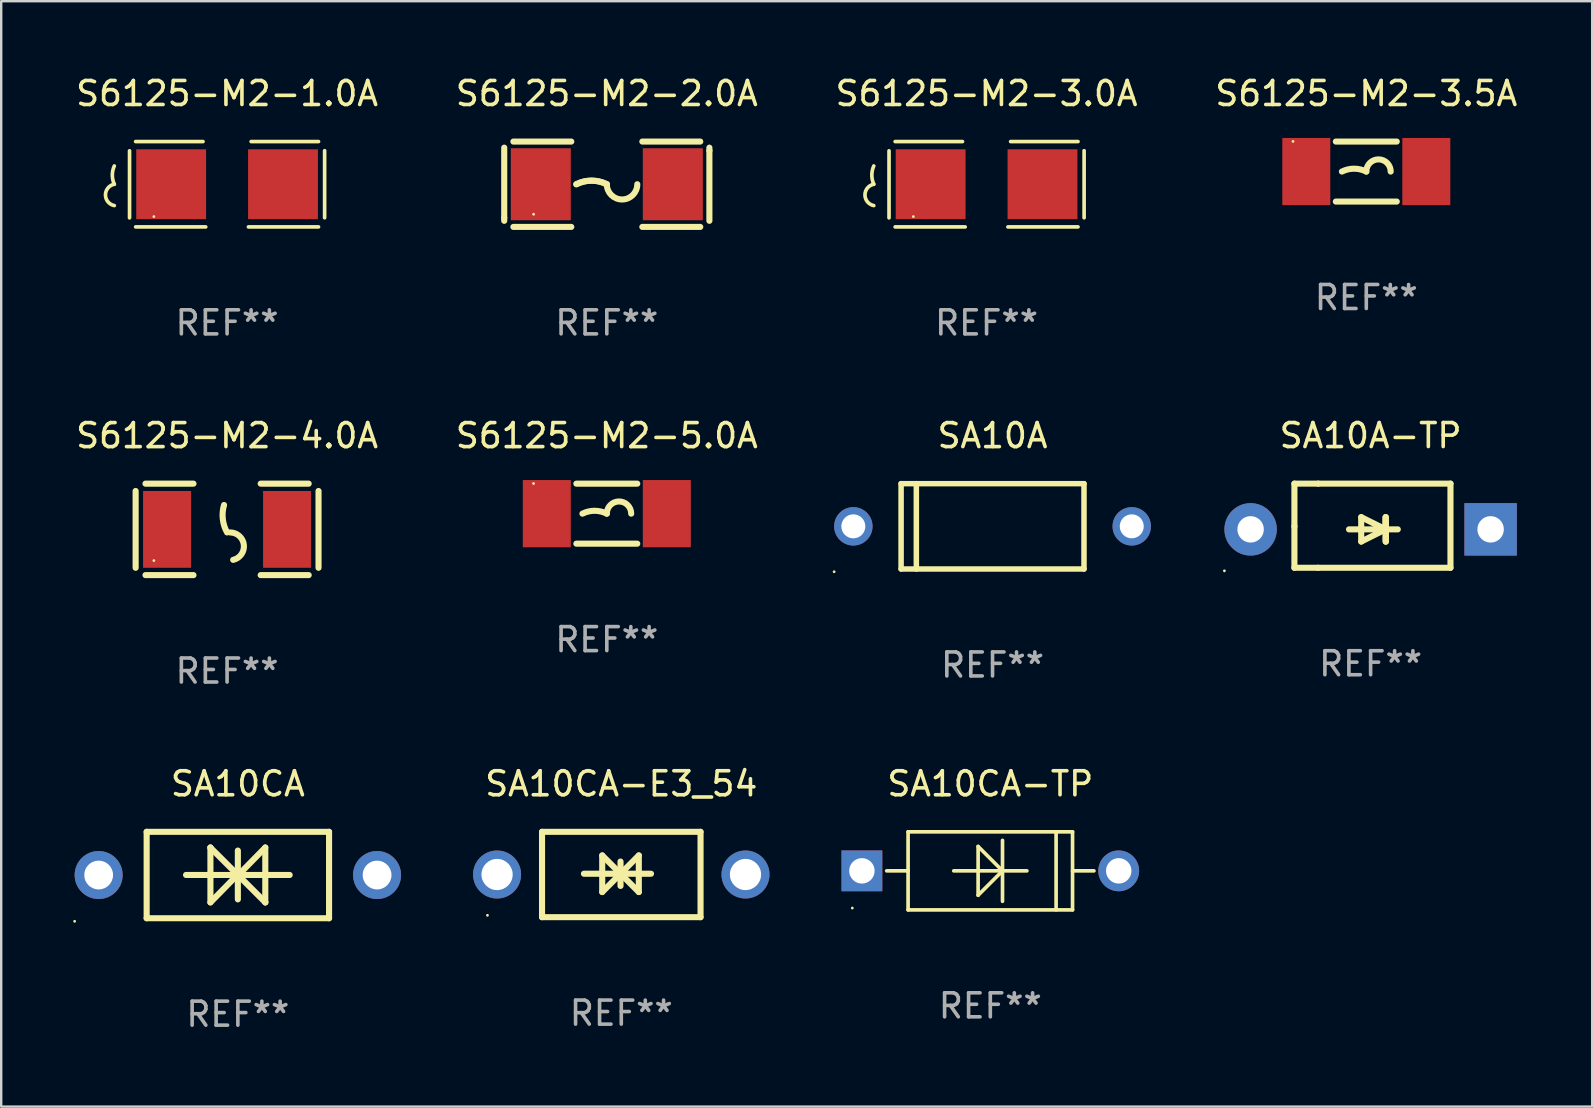
<source format=kicad_pcb>
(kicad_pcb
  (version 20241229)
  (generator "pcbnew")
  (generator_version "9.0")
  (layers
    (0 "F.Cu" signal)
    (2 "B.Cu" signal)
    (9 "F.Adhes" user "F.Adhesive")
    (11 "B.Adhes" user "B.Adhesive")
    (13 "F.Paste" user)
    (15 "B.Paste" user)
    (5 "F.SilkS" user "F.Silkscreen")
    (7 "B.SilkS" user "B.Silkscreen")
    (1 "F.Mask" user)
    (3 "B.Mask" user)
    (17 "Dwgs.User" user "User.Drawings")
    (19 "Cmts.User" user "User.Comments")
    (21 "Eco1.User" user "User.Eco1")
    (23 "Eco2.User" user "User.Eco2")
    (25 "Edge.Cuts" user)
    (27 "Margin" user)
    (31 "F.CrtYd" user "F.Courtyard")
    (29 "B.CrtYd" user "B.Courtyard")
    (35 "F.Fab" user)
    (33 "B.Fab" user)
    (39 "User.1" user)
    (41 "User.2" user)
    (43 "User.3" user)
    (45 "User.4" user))
  (footprint "S6125-M2-4.0A"
    (layer "F.Cu")
    (at 6.411 19.006)
    (property "Reference" "S6125-M2-4.0A" (at 0 -3.905 0) (layer "F.SilkS") (effects (font (size 1 1) (thickness 0.15))))
    (attr through_hole)
    (fp_line (start -3.81 -1.6) (end -3.81 1.6) (stroke (width 0.254) (type solid)) (layer "F.SilkS"))
    (fp_line (start -3.4 -1.905) (end -1.4 -1.905) (stroke (width 0.254) (type solid)) (layer "F.SilkS"))
    (fp_line (start -3.4 1.905) (end -1.4 1.905) (stroke (width 0.254) (type solid)) (layer "F.SilkS"))
    (fp_line (start 1.4 -1.905) (end 3.4 -1.905) (stroke (width 0.254) (type solid)) (layer "F.SilkS"))
    (fp_line (start 1.4 1.905) (end 3.4 1.905) (stroke (width 0.254) (type solid)) (layer "F.SilkS"))
    (fp_line (start 3.81 -1.6) (end 3.81 1.6) (stroke (width 0.254) (type solid)) (layer "F.SilkS"))
    (fp_arc (start 0 0.127) (mid -0.178599 -0.431712) (end -0.127 -1.016002) (stroke (width 0.254001) (type solid)) (layer "F.SilkS"))
    (fp_arc (start 0.126999 0.127) (mid 0.698883 0.642014) (end 0.254001 1.270003) (stroke (width 0.254001) (type solid)) (layer "F.SilkS"))
    (fp_circle (center -3.05 1.3) (end -3.02 1.3) (stroke (width 0.06) (type solid)) (fill no) (layer "F.SilkS"))
    (fp_text user "REF**" (at 0 5.905 0) (layer "F.Fab") (effects (font (size 1 1) (thickness 0.15))))
    (pad "1" smd rect (at -2.5 0) (size 2 3.2) (layers "F.Cu" "F.Mask" "F.Paste"))
    (pad "2" smd rect (at 2.5 0) (size 2 3.2) (layers "F.Cu" "F.Mask" "F.Paste")))
  (footprint "S6125-M2-1.0A"
    (layer "F.Cu")
    (at 6.411 4.626)
    (property "Reference" "S6125-M2-1.0A" (at 0 -3.778 0) (layer "F.SilkS") (effects (font (size 1 1) (thickness 0.15))))
    (attr through_hole)
    (fp_line (start -4.064 -1.393) (end -4.064 1.401) (stroke (width 0.152) (type solid)) (layer "F.SilkS"))
    (fp_line (start -3.81 -1.778) (end -1.002 -1.778) (stroke (width 0.152) (type solid)) (layer "F.SilkS"))
    (fp_line (start -0.889 1.778) (end -3.81 1.778) (stroke (width 0.152) (type solid)) (layer "F.SilkS"))
    (fp_line (start 0.889 1.778) (end 3.81 1.778) (stroke (width 0.152) (type solid)) (layer "F.SilkS"))
    (fp_line (start 3.81 -1.778) (end 1.002 -1.778) (stroke (width 0.152) (type solid)) (layer "F.SilkS"))
    (fp_line (start 4.064 -1.397) (end 4.064 1.397) (stroke (width 0.152) (type solid)) (layer "F.SilkS"))
    (fp_arc (start -4.699009 0) (mid -4.780645 -0.381001) (end -4.699009 -0.762002) (stroke (width 0.151994) (type solid)) (layer "F.SilkS"))
    (fp_arc (start -4.699009 0.889002) (mid -5.066697 0.444501) (end -4.699009 0) (stroke (width 0.151994) (type solid)) (layer "F.SilkS"))
    (fp_circle (center -3.05 1.347) (end -3.02 1.347) (stroke (width 0.06) (type solid)) (fill no) (layer "F.SilkS"))
    (fp_text user "REF**" (at 0 5.778 0) (layer "F.Fab") (effects (font (size 1 1) (thickness 0.15))))
    (pad "1" smd rect (at -2.33 0) (size 2.91 2.911) (layers "F.Cu" "F.Mask" "F.Paste"))
    (pad "2" smd rect (at 2.33 0) (size 2.91 2.911) (layers "F.Cu" "F.Mask" "F.Paste")))
  (footprint "S6125-M2-5.0A"
    (layer "F.Cu")
    (at 22.232 18.351)
    (property "Reference" "S6125-M2-5.0A" (at 0 -3.25 0) (layer "F.SilkS") (effects (font (size 1 1) (thickness 0.15))))
    (attr through_hole)
    (fp_line (start -1.269 -1.25) (end 1.269 -1.25) (stroke (width 0.254) (type solid)) (layer "F.SilkS"))
    (fp_line (start -1.269 1.25) (end 1.269 1.25) (stroke (width 0.254) (type solid)) (layer "F.SilkS"))
    (fp_arc (start -1.016002 0) (mid -0.508001 -0.119923) (end 0 0) (stroke (width 0.254001) (type solid)) (layer "F.SilkS"))
    (fp_arc (start 0 0) (mid 0.508001 -0.508001) (end 1.016002 0) (stroke (width 0.254001) (type solid)) (layer "F.SilkS"))
    (fp_circle (center -3.053 -1.256) (end -3.023 -1.256) (stroke (width 0.06) (type solid)) (fill no) (layer "F.SilkS"))
    (fp_text user "REF**" (at 0 5.25 0) (layer "F.Fab") (effects (font (size 1 1) (thickness 0.15))))
    (pad "1" smd rect (at -2.5 0) (size 2 2.8) (layers "F.Cu" "F.Mask" "F.Paste"))
    (pad "2" smd rect (at 2.5 0) (size 2 2.8) (layers "F.Cu" "F.Mask" "F.Paste")))
  (footprint "SA10A"
    (layer "F.Cu")
    (at 38.303 18.879)
    (property "Reference" "SA10A" (at 0 -3.778 0) (layer "F.SilkS") (effects (font (size 1 1) (thickness 0.15))))
    (attr through_hole)
    (fp_line (start -3.81 -1.778) (end 3.81 -1.778) (stroke (width 0.229) (type solid)) (layer "F.SilkS"))
    (fp_line (start -3.81 1.778) (end -3.81 -1.778) (stroke (width 0.229) (type solid)) (layer "F.SilkS"))
    (fp_line (start -3.175 1.778) (end -3.175 -1.778) (stroke (width 0.229) (type solid)) (layer "F.SilkS"))
    (fp_line (start 3.81 -1.778) (end 3.81 1.778) (stroke (width 0.229) (type solid)) (layer "F.SilkS"))
    (fp_line (start 3.81 1.778) (end -3.81 1.778) (stroke (width 0.229) (type solid)) (layer "F.SilkS"))
    (fp_circle (center -6.6 1.892) (end -6.57 1.892) (stroke (width 0.06) (type solid)) (fill no) (layer "F.SilkS"))
    (fp_text user "REF**" (at 0 5.778 0) (layer "F.Fab") (effects (font (size 1 1) (thickness 0.15))))
    (pad "1" thru_hole circle (at -5.8 0) (size 1.6 1.6) (drill 1) (layers "*.Cu" "*.Mask"))
    (pad "2" thru_hole circle (at 5.8 0) (size 1.6 1.6) (drill 1) (layers "*.Cu" "*.Mask")))
  (footprint "S6125-M2-3.0A"
    (layer "F.Cu")
    (at 38.054 4.626)
    (property "Reference" "S6125-M2-3.0A" (at 0 -3.778 0) (layer "F.SilkS") (effects (font (size 1 1) (thickness 0.15))))
    (attr through_hole)
    (fp_line (start -4.064 -1.393) (end -4.064 1.401) (stroke (width 0.152) (type solid)) (layer "F.SilkS"))
    (fp_line (start -3.81 -1.778) (end -1.002 -1.778) (stroke (width 0.152) (type solid)) (layer "F.SilkS"))
    (fp_line (start -0.889 1.778) (end -3.81 1.778) (stroke (width 0.152) (type solid)) (layer "F.SilkS"))
    (fp_line (start 0.889 1.778) (end 3.81 1.778) (stroke (width 0.152) (type solid)) (layer "F.SilkS"))
    (fp_line (start 3.81 -1.778) (end 1.002 -1.778) (stroke (width 0.152) (type solid)) (layer "F.SilkS"))
    (fp_line (start 4.064 -1.397) (end 4.064 1.397) (stroke (width 0.152) (type solid)) (layer "F.SilkS"))
    (fp_arc (start -4.699009 0) (mid -4.780645 -0.381001) (end -4.699009 -0.762002) (stroke (width 0.151994) (type solid)) (layer "F.SilkS"))
    (fp_arc (start -4.699009 0.889002) (mid -5.066697 0.444501) (end -4.699009 0) (stroke (width 0.151994) (type solid)) (layer "F.SilkS"))
    (fp_circle (center -3.05 1.347) (end -3.02 1.347) (stroke (width 0.06) (type solid)) (fill no) (layer "F.SilkS"))
    (fp_text user "REF**" (at 0 5.778 0) (layer "F.Fab") (effects (font (size 1 1) (thickness 0.15))))
    (pad "1" smd rect (at -2.33 0) (size 2.91 2.911) (layers "F.Cu" "F.Mask" "F.Paste"))
    (pad "2" smd rect (at 2.33 0) (size 2.91 2.911) (layers "F.Cu" "F.Mask" "F.Paste")))
  (footprint "SA10A-TP"
    (layer "F.Cu")
    (at 54.055 18.853)
    (property "Reference" "SA10A-TP" (at 0 -3.753 0) (layer "F.SilkS") (effects (font (size 1 1) (thickness 0.15))))
    (attr through_hole)
    (fp_line (start -3.175 -1.753) (end -2.184 -1.753) (stroke (width 0.254) (type solid)) (layer "F.SilkS"))
    (fp_line (start -3.175 0.025) (end -3.175 -1.753) (stroke (width 0.254) (type solid)) (layer "F.SilkS"))
    (fp_line (start -3.175 1.753) (end -3.175 0.025) (stroke (width 0.254) (type solid)) (layer "F.SilkS"))
    (fp_line (start -2.184 -1.753) (end 3.327 -1.753) (stroke (width 0.254) (type solid)) (layer "F.SilkS"))
    (fp_line (start -2.184 1.753) (end -3.175 1.753) (stroke (width 0.254) (type solid)) (layer "F.SilkS"))
    (fp_line (start -0.9 0.152) (end 1.132 0.152) (stroke (width 0.254) (type solid)) (layer "F.SilkS"))
    (fp_line (start -0.392 -0.356) (end -0.392 0.66) (stroke (width 0.254) (type solid)) (layer "F.SilkS"))
    (fp_line (start -0.392 0.66) (end 0.624 0.152) (stroke (width 0.254) (type solid)) (layer "F.SilkS"))
    (fp_line (start 0.624 -0.356) (end 0.624 0.66) (stroke (width 0.254) (type solid)) (layer "F.SilkS"))
    (fp_line (start 0.624 0.152) (end -0.392 -0.356) (stroke (width 0.254) (type solid)) (layer "F.SilkS"))
    (fp_line (start 0.624 0.152) (end 0.624 -0.356) (stroke (width 0.254) (type solid)) (layer "F.SilkS"))
    (fp_line (start 0.636 0.152) (end 0.636 0.66) (stroke (width 0.254) (type solid)) (layer "F.SilkS"))
    (fp_line (start 0.636 0.66) (end 0.636 -0.356) (stroke (width 0.254) (type solid)) (layer "F.SilkS"))
    (fp_line (start 3.327 -1.753) (end 3.327 1.753) (stroke (width 0.254) (type solid)) (layer "F.SilkS"))
    (fp_line (start 3.327 1.753) (end -2.184 1.753) (stroke (width 0.254) (type solid)) (layer "F.SilkS"))
    (fp_circle (center -6.092 1.88) (end -6.062 1.88) (stroke (width 0.06) (type solid)) (fill no) (layer "F.SilkS"))
    (fp_text user "REF**" (at 0 5.753 0) (layer "F.Fab") (effects (font (size 1 1) (thickness 0.15))))
    (pad "1" thru_hole circle (at -5 0.152) (size 2.184 2.184) (drill 1.102) (layers "*.Cu" "*.Mask"))
    (pad "2" thru_hole rect (at 5 0.152) (size 2.184 2.184) (drill 1.102) (layers "*.Cu" "*.Mask")))
  (footprint "S6125-M2-2.0A"
    (layer "F.Cu")
    (at 22.232 4.626)
    (property "Reference" "S6125-M2-2.0A" (at 0 -3.778 0) (layer "F.SilkS") (effects (font (size 1 1) (thickness 0.15))))
    (attr through_hole)
    (fp_line (start -4.274 -1.524) (end -4.274 1.397) (stroke (width 0.254) (type solid)) (layer "F.SilkS"))
    (fp_line (start -4.274 1.397) (end -4.274 1.524) (stroke (width 0.254) (type solid)) (layer "F.SilkS"))
    (fp_line (start -3.893 1.778) (end -1.48 1.778) (stroke (width 0.254) (type solid)) (layer "F.SilkS"))
    (fp_line (start -1.48 -1.778) (end -3.893 -1.778) (stroke (width 0.254) (type solid)) (layer "F.SilkS"))
    (fp_line (start 1.48 1.778) (end 3.893 1.778) (stroke (width 0.254) (type solid)) (layer "F.SilkS"))
    (fp_line (start 3.893 -1.778) (end 1.48 -1.778) (stroke (width 0.254) (type solid)) (layer "F.SilkS"))
    (fp_line (start 4.274 -1.397) (end 4.274 -1.524) (stroke (width 0.254) (type solid)) (layer "F.SilkS"))
    (fp_line (start 4.274 1.524) (end 4.274 -1.397) (stroke (width 0.254) (type solid)) (layer "F.SilkS"))
    (fp_arc (start -1.26999 0) (mid -0.634989 -0.149903) (end 0.000013 0) (stroke (width 0.254001) (type solid)) (layer "F.SilkS"))
    (fp_arc (start -1.26999 0) (mid -0.634989 -0.149903) (end 0.000013 0) (stroke (width 0.254001) (type solid)) (layer "F.SilkS"))
    (fp_arc (start 1.270015 0) (mid 0.635014 0.635001) (end 0.000013 0) (stroke (width 0.254001) (type solid)) (layer "F.SilkS"))
    (fp_circle (center -3.05 1.25) (end -3.02 1.25) (stroke (width 0.06) (type solid)) (fill no) (layer "F.SilkS"))
    (fp_text user "REF**" (at 0 5.778 0) (layer "F.Fab") (effects (font (size 1 1) (thickness 0.15))))
    (pad "1" smd rect (at -2.75 0) (size 2.5 3) (layers "F.Cu" "F.Mask" "F.Paste"))
    (pad "2" smd rect (at 2.75 0) (size 2.5 3) (layers "F.Cu" "F.Mask" "F.Paste")))
  (footprint "SA10CA-TP"
    (layer "F.Cu")
    (at 38.21 33.233)
    (property "Reference" "SA10CA-TP" (at 0 -3.626 0) (layer "F.SilkS") (effects (font (size 1 1) (thickness 0.15))))
    (attr through_hole)
    (fp_line (start -3.436 0) (end -4.318 0) (stroke (width 0.152) (type solid)) (layer "F.SilkS"))
    (fp_line (start -3.426 -0.01) (end -3.436 0) (stroke (width 0.152) (type solid)) (layer "F.SilkS"))
    (fp_line (start -3.426 -1.626) (end 3.426 -1.626) (stroke (width 0.152) (type solid)) (layer "F.SilkS"))
    (fp_line (start -3.426 1.626) (end -3.426 -1.626) (stroke (width 0.152) (type solid)) (layer "F.SilkS"))
    (fp_line (start -0.508 -1.016) (end 0.508 0) (stroke (width 0.152) (type solid)) (layer "F.SilkS"))
    (fp_line (start -0.508 1.016) (end -0.508 -1.016) (stroke (width 0.152) (type solid)) (layer "F.SilkS"))
    (fp_line (start 0.508 0) (end -0.508 1.016) (stroke (width 0.152) (type solid)) (layer "F.SilkS"))
    (fp_line (start 0.508 1.27) (end 0.508 -1.27) (stroke (width 0.152) (type solid)) (layer "F.SilkS"))
    (fp_line (start 1.524 0) (end -1.524 0) (stroke (width 0.152) (type solid)) (layer "F.SilkS"))
    (fp_line (start 2.741 1.626) (end 2.741 -1.626) (stroke (width 0.152) (type solid)) (layer "F.SilkS"))
    (fp_line (start 3.426 -1.626) (end 3.426 1.626) (stroke (width 0.152) (type solid)) (layer "F.SilkS"))
    (fp_line (start 3.426 0.01) (end 3.436 0) (stroke (width 0.152) (type solid)) (layer "F.SilkS"))
    (fp_line (start 3.426 1.626) (end -3.426 1.626) (stroke (width 0.152) (type solid)) (layer "F.SilkS"))
    (fp_line (start 3.436 0) (end 4.318 0) (stroke (width 0.152) (type solid)) (layer "F.SilkS"))
    (fp_circle (center -5.75 1.55) (end -5.72 1.55) (stroke (width 0.06) (type solid)) (fill no) (layer "F.SilkS"))
    (fp_text user "REF**" (at 0 5.626 0) (layer "F.Fab") (effects (font (size 1 1) (thickness 0.15))))
    (pad "1" thru_hole rect (at -5.35 0) (size 1.7 1.7) (drill 1.06) (layers "*.Cu" "*.Mask"))
    (pad "2" thru_hole circle (at 5.35 0) (size 1.7 1.7) (drill 1.06) (layers "*.Cu" "*.Mask")))
  (footprint "S6125-M2-3.5A"
    (layer "F.Cu")
    (at 53.875 4.098)
    (property "Reference" "S6125-M2-3.5A" (at 0 -3.25 0) (layer "F.SilkS") (effects (font (size 1 1) (thickness 0.15))))
    (attr through_hole)
    (fp_line (start -1.269 -1.25) (end 1.269 -1.25) (stroke (width 0.254) (type solid)) (layer "F.SilkS"))
    (fp_line (start -1.269 1.25) (end 1.269 1.25) (stroke (width 0.254) (type solid)) (layer "F.SilkS"))
    (fp_arc (start -1.016002 0) (mid -0.508001 -0.119923) (end 0 0) (stroke (width 0.254001) (type solid)) (layer "F.SilkS"))
    (fp_arc (start 0 0) (mid 0.508001 -0.508001) (end 1.016002 0) (stroke (width 0.254001) (type solid)) (layer "F.SilkS"))
    (fp_circle (center -3.053 -1.256) (end -3.023 -1.256) (stroke (width 0.06) (type solid)) (fill no) (layer "F.SilkS"))
    (fp_text user "REF**" (at 0 5.25 0) (layer "F.Fab") (effects (font (size 1 1) (thickness 0.15))))
    (pad "1" smd rect (at -2.5 0) (size 2 2.8) (layers "F.Cu" "F.Mask" "F.Paste"))
    (pad "2" smd rect (at 2.5 0) (size 2 2.8) (layers "F.Cu" "F.Mask" "F.Paste")))
  (footprint "SA10CA"
    (layer "F.Cu")
    (at 6.86 33.407)
    (property "Reference" "SA10CA" (at 0 -3.8 0) (layer "F.SilkS") (effects (font (size 1 1) (thickness 0.15))))
    (attr through_hole)
    (fp_line (start -3.8 -1.8) (end -3.8 1.8) (stroke (width 0.254) (type solid)) (layer "F.SilkS"))
    (fp_line (start -3.8 -1.8) (end 3.8 -1.8) (stroke (width 0.254) (type solid)) (layer "F.SilkS"))
    (fp_line (start -3.8 1.8) (end 3.8 1.8) (stroke (width 0.254) (type solid)) (layer "F.SilkS"))
    (fp_line (start -2.159 -0.003) (end 2.159 -0.003) (stroke (width 0.254) (type solid)) (layer "F.SilkS"))
    (fp_line (start -1.143 -1.146) (end -1.143 1.14) (stroke (width 0.254) (type solid)) (layer "F.SilkS"))
    (fp_line (start -1.143 -1.143) (end -1.143 -1.146) (stroke (width 0.254) (type solid)) (layer "F.SilkS"))
    (fp_line (start 0 -1.019) (end 0 1.013) (stroke (width 0.254) (type solid)) (layer "F.SilkS"))
    (fp_line (start 0 -0.026) (end -1.143 1.14) (stroke (width 0.254) (type solid)) (layer "F.SilkS"))
    (fp_line (start 0 -0.006) (end 1.143 1.137) (stroke (width 0.254) (type solid)) (layer "F.SilkS"))
    (fp_line (start 0 0) (end -1.143 -1.143) (stroke (width 0.254) (type solid)) (layer "F.SilkS"))
    (fp_line (start 0 0.02) (end 1.143 -1.146) (stroke (width 0.254) (type solid)) (layer "F.SilkS"))
    (fp_line (start 1.143 1.137) (end 1.143 1.14) (stroke (width 0.254) (type solid)) (layer "F.SilkS"))
    (fp_line (start 1.143 1.14) (end 1.143 -1.146) (stroke (width 0.254) (type solid)) (layer "F.SilkS"))
    (fp_line (start 3.8 -1.8) (end 3.8 1.8) (stroke (width 0.254) (type solid)) (layer "F.SilkS"))
    (fp_circle (center -6.8 1.927) (end -6.77 1.927) (stroke (width 0.06) (type solid)) (fill no) (layer "F.SilkS"))
    (fp_text user "REF**" (at 0 5.8 0) (layer "F.Fab") (effects (font (size 1 1) (thickness 0.15))))
    (pad "1" thru_hole circle (at -5.8 0) (size 2 2) (drill 1.2) (layers "*.Cu" "*.Mask"))
    (pad "2" thru_hole circle (at 5.8 0) (size 2 2) (drill 1.2) (layers "*.Cu" "*.Mask")))
  (footprint "SA10CA-E3_54"
    (layer "F.Cu")
    (at 22.835 33.385)
    (property "Reference" "SA10CA-E3_54" (at 0 -3.778 0) (layer "F.SilkS") (effects (font (size 1 1) (thickness 0.15))))
    (attr through_hole)
    (fp_line (start -3.302 -1.778) (end -3.302 1.778) (stroke (width 0.254) (type solid)) (layer "F.SilkS"))
    (fp_line (start -3.302 1.778) (end 3.302 1.778) (stroke (width 0.254) (type solid)) (layer "F.SilkS"))
    (fp_line (start -1.556 -0.032) (end 1.238 -0.032) (stroke (width 0.254) (type solid)) (layer "F.SilkS"))
    (fp_line (start -0.794 -0.794) (end 0.73 0.73) (stroke (width 0.254) (type solid)) (layer "F.SilkS"))
    (fp_line (start -0.794 0.73) (end -0.794 -0.794) (stroke (width 0.254) (type solid)) (layer "F.SilkS"))
    (fp_line (start -0.032 -0.54) (end -0.032 0.476) (stroke (width 0.254) (type solid)) (layer "F.SilkS"))
    (fp_line (start 0.73 -0.794) (end -0.794 0.73) (stroke (width 0.254) (type solid)) (layer "F.SilkS"))
    (fp_line (start 0.73 0.73) (end 0.73 -0.794) (stroke (width 0.254) (type solid)) (layer "F.SilkS"))
    (fp_line (start 3.302 -1.778) (end -3.302 -1.778) (stroke (width 0.254) (type solid)) (layer "F.SilkS"))
    (fp_line (start 3.302 1.778) (end 3.302 -1.778) (stroke (width 0.254) (type solid)) (layer "F.SilkS"))
    (fp_circle (center -5.576 1.7) (end -5.546 1.7) (stroke (width 0.06) (type solid)) (fill no) (layer "F.SilkS"))
    (fp_text user "REF**" (at 0 5.778 0) (layer "F.Fab") (effects (font (size 1 1) (thickness 0.15))))
    (pad "1" thru_hole circle (at -5.175 0) (size 2 2) (drill 1.3) (layers "*.Cu" "*.Mask"))
    (pad "2" thru_hole circle (at 5.175 0) (size 2 2) (drill 1.3) (layers "*.Cu" "*.Mask")))
  (gr_rect
    (start -3 -3)
    (end 63.286 43.056)
    (stroke (width 0.1) (type default))
    (fill no)
    (layer "Edge.Cuts")))
</source>
